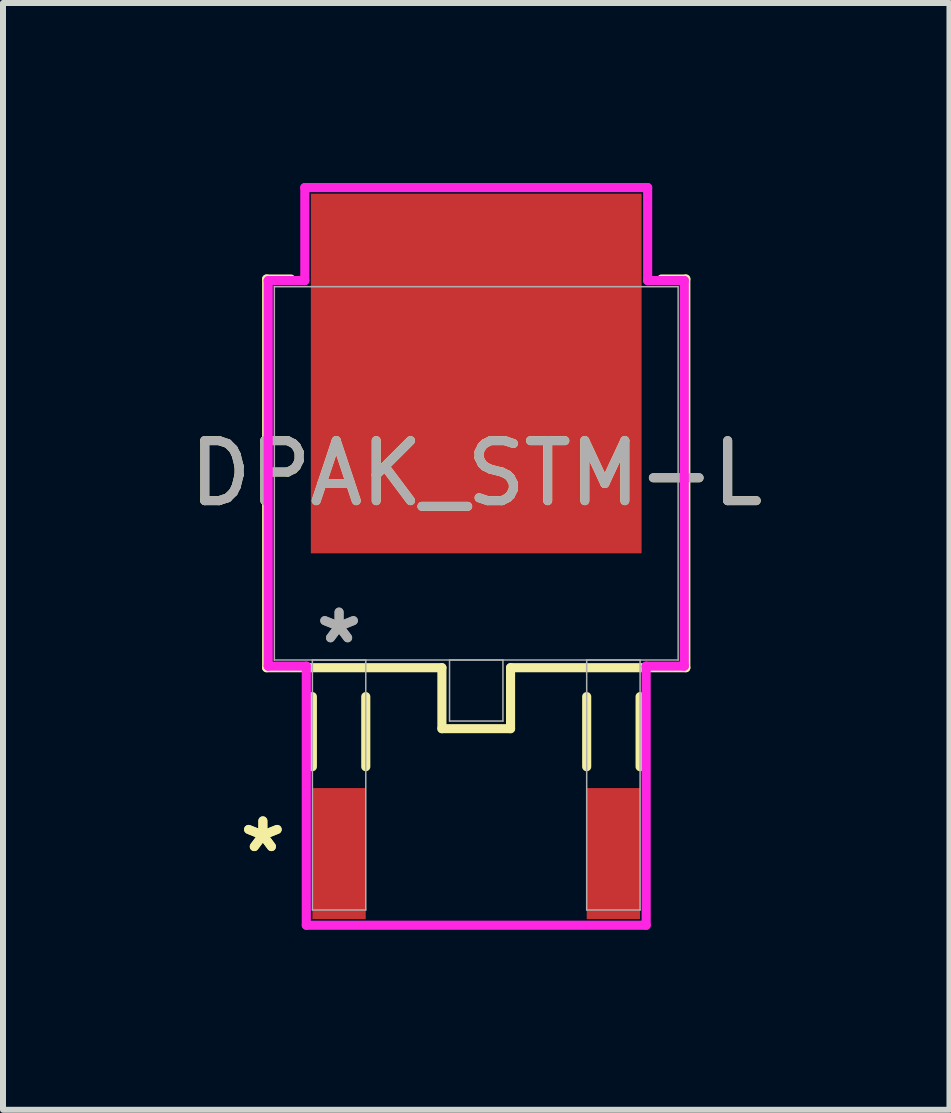
<source format=kicad_pcb>
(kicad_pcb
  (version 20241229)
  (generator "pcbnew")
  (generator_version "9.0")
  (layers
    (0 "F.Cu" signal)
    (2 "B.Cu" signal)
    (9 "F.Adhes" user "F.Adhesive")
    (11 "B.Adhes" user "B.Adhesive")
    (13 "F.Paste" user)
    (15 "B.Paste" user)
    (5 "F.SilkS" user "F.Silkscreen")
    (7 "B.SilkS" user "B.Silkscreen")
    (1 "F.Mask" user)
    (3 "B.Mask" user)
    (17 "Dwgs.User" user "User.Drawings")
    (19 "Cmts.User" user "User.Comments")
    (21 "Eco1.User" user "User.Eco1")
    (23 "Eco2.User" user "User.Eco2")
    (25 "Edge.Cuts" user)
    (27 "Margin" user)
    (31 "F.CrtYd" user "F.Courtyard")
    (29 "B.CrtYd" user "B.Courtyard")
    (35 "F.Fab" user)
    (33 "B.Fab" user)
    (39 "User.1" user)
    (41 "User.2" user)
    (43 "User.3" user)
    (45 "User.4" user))
  (footprint "DPAK_STM-L"
    (layer "F.Cu")
    (at 4.887 4.839)
    (property "Reference" "DPAK_STM-L" (at 0 0 0) (unlocked yes) (layer "F.SilkS") (effects (font (size 1 1) (thickness 0.15))))
    (attr smd)
    (fp_line (start -3.493 -3.239) (end -3.493 3.239) (stroke (width 0.152) (type solid)) (layer "F.SilkS"))
    (fp_line (start -3.493 3.239) (end -0.572 3.239) (stroke (width 0.152) (type solid)) (layer "F.SilkS"))
    (fp_line (start -3.089 -3.239) (end -3.493 -3.239) (stroke (width 0.152) (type solid)) (layer "F.SilkS"))
    (fp_line (start -2.731 3.721) (end -2.731 4.889) (stroke (width 0.152) (type solid)) (layer "F.SilkS"))
    (fp_line (start -1.841 3.721) (end -1.841 4.889) (stroke (width 0.152) (type solid)) (layer "F.SilkS"))
    (fp_line (start -0.572 3.239) (end -0.572 4.255) (stroke (width 0.152) (type solid)) (layer "F.SilkS"))
    (fp_line (start -0.572 4.255) (end 0.572 4.255) (stroke (width 0.152) (type solid)) (layer "F.SilkS"))
    (fp_line (start 0.572 3.239) (end 3.493 3.239) (stroke (width 0.152) (type solid)) (layer "F.SilkS"))
    (fp_line (start 0.572 4.255) (end 0.572 3.239) (stroke (width 0.152) (type solid)) (layer "F.SilkS"))
    (fp_line (start 1.841 3.721) (end 1.841 4.889) (stroke (width 0.152) (type solid)) (layer "F.SilkS"))
    (fp_line (start 2.731 3.721) (end 2.731 4.889) (stroke (width 0.152) (type solid)) (layer "F.SilkS"))
    (fp_line (start 3.493 -3.239) (end 3.089 -3.239) (stroke (width 0.152) (type solid)) (layer "F.SilkS"))
    (fp_line (start 3.493 3.239) (end 3.493 -3.239) (stroke (width 0.152) (type solid)) (layer "F.SilkS"))
    (fp_line (start -3.467 -3.213) (end -2.857 -3.213) (stroke (width 0.152) (type solid)) (layer "F.CrtYd"))
    (fp_line (start -3.467 3.213) (end -3.467 -3.213) (stroke (width 0.152) (type solid)) (layer "F.CrtYd"))
    (fp_line (start -2.857 -4.763) (end 2.857 -4.763) (stroke (width 0.152) (type solid)) (layer "F.CrtYd"))
    (fp_line (start -2.857 -3.213) (end -2.857 -4.763) (stroke (width 0.152) (type solid)) (layer "F.CrtYd"))
    (fp_line (start -2.832 3.213) (end -3.467 3.213) (stroke (width 0.152) (type solid)) (layer "F.CrtYd"))
    (fp_line (start -2.832 7.531) (end -2.832 3.213) (stroke (width 0.152) (type solid)) (layer "F.CrtYd"))
    (fp_line (start 2.832 3.213) (end 2.832 7.531) (stroke (width 0.152) (type solid)) (layer "F.CrtYd"))
    (fp_line (start 2.832 7.531) (end -2.832 7.531) (stroke (width 0.152) (type solid)) (layer "F.CrtYd"))
    (fp_line (start 2.857 -4.763) (end 2.857 -3.213) (stroke (width 0.152) (type solid)) (layer "F.CrtYd"))
    (fp_line (start 2.857 -3.213) (end 3.467 -3.213) (stroke (width 0.152) (type solid)) (layer "F.CrtYd"))
    (fp_line (start 3.467 -3.213) (end 3.467 3.213) (stroke (width 0.152) (type solid)) (layer "F.CrtYd"))
    (fp_line (start 3.467 3.213) (end 2.832 3.213) (stroke (width 0.152) (type solid)) (layer "F.CrtYd"))
    (fp_line (start -3.365 -3.111) (end -3.365 3.111) (stroke (width 0.025) (type solid)) (layer "F.Fab"))
    (fp_line (start -3.365 3.111) (end 3.365 3.111) (stroke (width 0.025) (type solid)) (layer "F.Fab"))
    (fp_line (start -2.731 3.111) (end -2.731 7.277) (stroke (width 0.025) (type solid)) (layer "F.Fab"))
    (fp_line (start -2.731 7.277) (end -1.841 7.277) (stroke (width 0.025) (type solid)) (layer "F.Fab"))
    (fp_line (start -1.841 3.111) (end -2.731 3.111) (stroke (width 0.025) (type solid)) (layer "F.Fab"))
    (fp_line (start -1.841 7.277) (end -1.841 3.111) (stroke (width 0.025) (type solid)) (layer "F.Fab"))
    (fp_line (start -0.445 3.111) (end -0.445 4.128) (stroke (width 0.025) (type solid)) (layer "F.Fab"))
    (fp_line (start -0.445 4.128) (end 0.445 4.128) (stroke (width 0.025) (type solid)) (layer "F.Fab"))
    (fp_line (start 0.445 3.111) (end -0.445 3.111) (stroke (width 0.025) (type solid)) (layer "F.Fab"))
    (fp_line (start 0.445 4.128) (end 0.445 3.111) (stroke (width 0.025) (type solid)) (layer "F.Fab"))
    (fp_line (start 1.841 3.111) (end 1.841 7.277) (stroke (width 0.025) (type solid)) (layer "F.Fab"))
    (fp_line (start 1.841 7.277) (end 2.731 7.277) (stroke (width 0.025) (type solid)) (layer "F.Fab"))
    (fp_line (start 2.731 3.111) (end 1.841 3.111) (stroke (width 0.025) (type solid)) (layer "F.Fab"))
    (fp_line (start 2.731 7.277) (end 2.731 3.111) (stroke (width 0.025) (type solid)) (layer "F.Fab"))
    (fp_line (start 3.365 -3.111) (end -3.365 -3.111) (stroke (width 0.025) (type solid)) (layer "F.Fab"))
    (fp_line (start 3.365 3.111) (end 3.365 -3.111) (stroke (width 0.025) (type solid)) (layer "F.Fab"))
    (fp_text user "*" (at -3.556 6.337 0) (layer "F.SilkS") (effects (font (size 1 1) (thickness 0.15))))
    (fp_text user "*" (at -3.556 6.337 0) (unlocked yes) (layer "F.SilkS") (effects (font (size 1 1) (thickness 0.15))))
    (fp_text user "${REFERENCE}" (at 0 0 0) (unlocked yes) (layer "F.Fab") (effects (font (size 1 1) (thickness 0.15))))
    (fp_text user "*" (at -2.286 2.857 0) (layer "F.Fab") (effects (font (size 1 1) (thickness 0.15))))
    (fp_text user "*" (at -2.286 2.857 0) (unlocked yes) (layer "F.Fab") (effects (font (size 1 1) (thickness 0.15))))
    (pad "1" smd rect (at -2.286 6.337) (size 0.889 2.184) (layers "F.Cu" "F.Mask" "F.Paste"))
    (pad "2" smd rect (at 2.286 6.337) (size 0.889 2.184) (layers "F.Cu" "F.Mask" "F.Paste"))
    (pad "3" smd rect (at 0 -1.664) (size 5.512 5.994) (layers "F.Cu" "F.Mask" "F.Paste")))
  (gr_rect
    (start -3 -3)
    (end 12.774 15.446)
    (stroke (width 0.1) (type default))
    (fill no)
    (layer "Edge.Cuts")))
</source>
